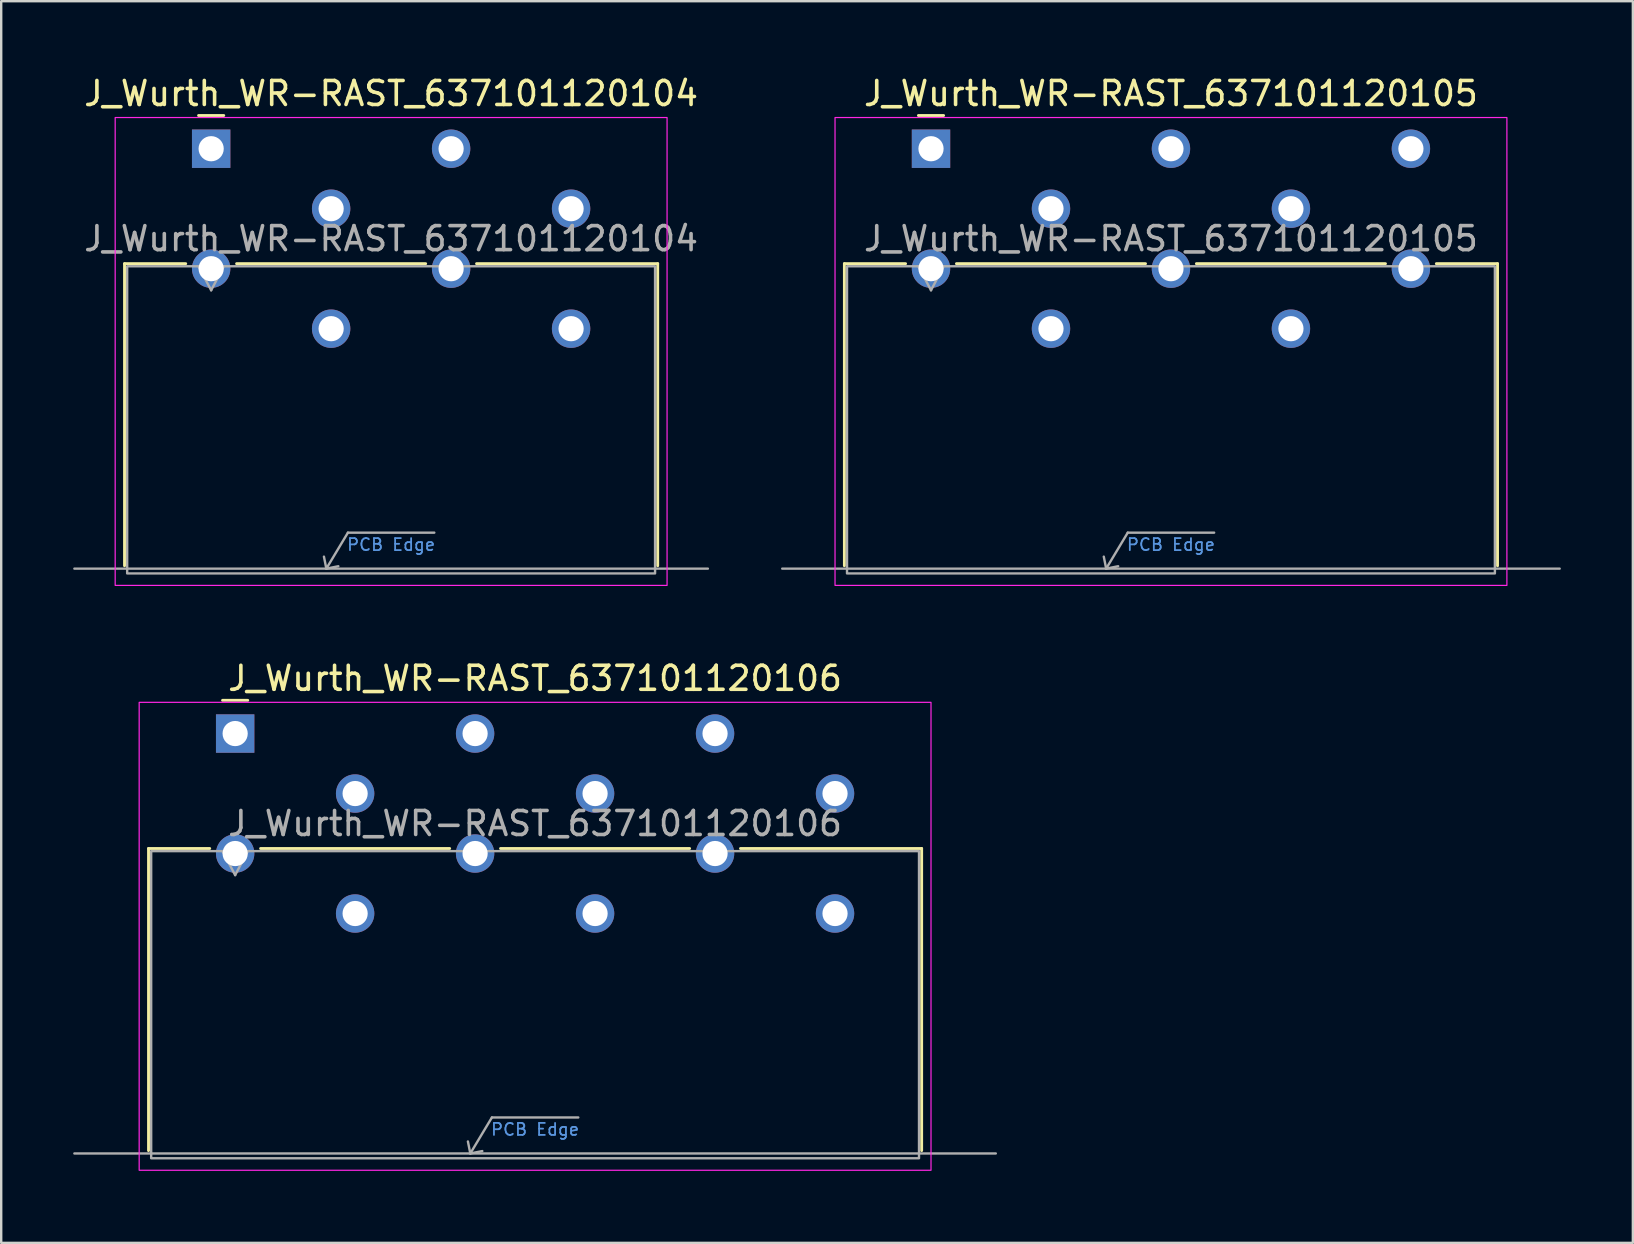
<source format=kicad_pcb>
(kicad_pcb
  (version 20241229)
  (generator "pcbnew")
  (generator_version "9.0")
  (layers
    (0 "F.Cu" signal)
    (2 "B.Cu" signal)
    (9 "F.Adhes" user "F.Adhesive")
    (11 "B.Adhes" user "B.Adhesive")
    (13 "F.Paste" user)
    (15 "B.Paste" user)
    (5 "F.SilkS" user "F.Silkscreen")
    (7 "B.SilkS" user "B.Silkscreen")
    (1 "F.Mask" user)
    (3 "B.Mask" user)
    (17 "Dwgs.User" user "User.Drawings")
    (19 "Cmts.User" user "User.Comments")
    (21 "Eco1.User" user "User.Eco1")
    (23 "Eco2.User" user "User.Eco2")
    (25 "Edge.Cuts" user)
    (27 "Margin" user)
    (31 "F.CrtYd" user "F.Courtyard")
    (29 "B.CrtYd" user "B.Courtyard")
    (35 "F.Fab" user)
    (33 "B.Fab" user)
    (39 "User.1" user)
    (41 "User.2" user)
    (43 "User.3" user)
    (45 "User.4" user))
  (footprint "J_Wurth_WR-RAST_637101120106"
    (layer "F.Cu")
    (at 6.75 27.521)
    (property "Reference" "J_Wurth_WR-RAST_637101120106" (at 12.5 -2.3 0) (unlocked yes) (layer "F.SilkS") (effects (font (size 1 1) (thickness 0.15))))
    (attr smd)
    (fp_line (start -3.61 4.79) (end -3.61 17.38) (stroke (width 0.12) (type default)) (layer "F.SilkS"))
    (fp_line (start -3.61 4.79) (end -1.06 4.79) (stroke (width 0.12) (type default)) (layer "F.SilkS"))
    (fp_line (start -0.525 -1.385) (end 0.525 -1.385) (stroke (width 0.12) (type default)) (layer "F.SilkS"))
    (fp_line (start 1.06 4.79) (end 8.94 4.79) (stroke (width 0.12) (type default)) (layer "F.SilkS"))
    (fp_line (start 11.06 4.79) (end 18.94 4.79) (stroke (width 0.12) (type default)) (layer "F.SilkS"))
    (fp_line (start 28.61 4.79) (end 21.06 4.79) (stroke (width 0.12) (type default)) (layer "F.SilkS"))
    (fp_line (start 28.61 4.79) (end 28.61 17.38) (stroke (width 0.12) (type default)) (layer "F.SilkS"))
    (fp_rect (start -4 -1.3) (end 29 18.2) (stroke (width 0.05) (type default)) (fill no) (layer "F.CrtYd"))
    (fp_line (start -6.7 17.5) (end 31.7 17.5) (stroke (width 0.1) (type default)) (layer "F.Fab"))
    (fp_line (start -0.525 4.9) (end 0 5.9) (stroke (width 0.1) (type default)) (layer "F.Fab"))
    (fp_line (start 0.525 4.9) (end 0 5.9) (stroke (width 0.1) (type default)) (layer "F.Fab"))
    (fp_line (start 9.8 17.5) (end 9.7 17) (stroke (width 0.1) (type default)) (layer "F.Fab"))
    (fp_line (start 9.8 17.5) (end 10.3 17.4) (stroke (width 0.1) (type default)) (layer "F.Fab"))
    (fp_line (start 9.8 17.5) (end 10.7 16) (stroke (width 0.1) (type default)) (layer "F.Fab"))
    (fp_line (start 10.7 16) (end 14.3 16) (stroke (width 0.1) (type default)) (layer "F.Fab"))
    (fp_rect (start -3.5 4.9) (end 28.5 17.7) (stroke (width 0.1) (type default)) (fill no) (layer "F.Fab"))
    (fp_text user "PCB Edge" (at 12.5 16.5 0) (unlocked yes) (layer "Cmts.User") (effects (font (size 0.5 0.5) (thickness 0.075))))
    (fp_text user "${REFERENCE}" (at 12.5 3.75 0) (unlocked yes) (layer "F.Fab") (effects (font (size 1 1) (thickness 0.15))))
    (pad "1" thru_hole rect (at 0 0) (size 1.6 1.6) (drill 1.05) (layers "*.Cu" "*.Mask"))
    (pad "2" thru_hole circle (at 5 2.5) (size 1.6 1.6) (drill 1.05) (layers "*.Cu" "*.Mask"))
    (pad "3" thru_hole circle (at 10 0) (size 1.6 1.6) (drill 1.05) (layers "*.Cu" "*.Mask"))
    (pad "4" thru_hole circle (at 15 2.5) (size 1.6 1.6) (drill 1.05) (layers "*.Cu" "*.Mask"))
    (pad "5" thru_hole circle (at 20 0) (size 1.6 1.6) (drill 1.05) (layers "*.Cu" "*.Mask"))
    (pad "6" thru_hole circle (at 25 2.5) (size 1.6 1.6) (drill 1.05) (layers "*.Cu" "*.Mask"))
    (pad "A1" thru_hole circle (at 0 5) (size 1.6 1.6) (drill 1.05) (layers "*.Cu" "*.Mask"))
    (pad "A2" thru_hole circle (at 5 7.5) (size 1.6 1.6) (drill 1.05) (layers "*.Cu" "*.Mask"))
    (pad "A3" thru_hole circle (at 10 5) (size 1.6 1.6) (drill 1.05) (layers "*.Cu" "*.Mask"))
    (pad "A4" thru_hole circle (at 15 7.5) (size 1.6 1.6) (drill 1.05) (layers "*.Cu" "*.Mask"))
    (pad "A5" thru_hole circle (at 20 5) (size 1.6 1.6) (drill 1.05) (layers "*.Cu" "*.Mask"))
    (pad "A6" thru_hole circle (at 25 7.5) (size 1.6 1.6) (drill 1.05) (layers "*.Cu" "*.Mask")))
  (footprint "J_Wurth_WR-RAST_637101120105"
    (layer "F.Cu")
    (at 35.75 3.148)
    (property "Reference" "J_Wurth_WR-RAST_637101120105" (at 10 -2.3 0) (unlocked yes) (layer "F.SilkS") (effects (font (size 1 1) (thickness 0.15))))
    (attr smd)
    (fp_line (start -3.61 4.79) (end -3.61 17.38) (stroke (width 0.12) (type default)) (layer "F.SilkS"))
    (fp_line (start -3.61 4.79) (end -1.06 4.79) (stroke (width 0.12) (type default)) (layer "F.SilkS"))
    (fp_line (start -0.525 -1.385) (end 0.525 -1.385) (stroke (width 0.12) (type default)) (layer "F.SilkS"))
    (fp_line (start 1.06 4.79) (end 8.94 4.79) (stroke (width 0.12) (type default)) (layer "F.SilkS"))
    (fp_line (start 11.06 4.79) (end 18.94 4.79) (stroke (width 0.12) (type default)) (layer "F.SilkS"))
    (fp_line (start 23.61 4.79) (end 21.06 4.79) (stroke (width 0.12) (type default)) (layer "F.SilkS"))
    (fp_line (start 23.61 4.79) (end 23.61 17.38) (stroke (width 0.12) (type default)) (layer "F.SilkS"))
    (fp_rect (start -4 -1.3) (end 24 18.2) (stroke (width 0.05) (type default)) (fill no) (layer "F.CrtYd"))
    (fp_line (start -6.2 17.5) (end 26.2 17.5) (stroke (width 0.1) (type default)) (layer "F.Fab"))
    (fp_line (start -0.525 4.9) (end 0 5.9) (stroke (width 0.1) (type default)) (layer "F.Fab"))
    (fp_line (start 0.525 4.9) (end 0 5.9) (stroke (width 0.1) (type default)) (layer "F.Fab"))
    (fp_line (start 7.3 17.5) (end 7.2 17) (stroke (width 0.1) (type default)) (layer "F.Fab"))
    (fp_line (start 7.3 17.5) (end 7.8 17.4) (stroke (width 0.1) (type default)) (layer "F.Fab"))
    (fp_line (start 7.3 17.5) (end 8.2 16) (stroke (width 0.1) (type default)) (layer "F.Fab"))
    (fp_line (start 8.2 16) (end 11.8 16) (stroke (width 0.1) (type default)) (layer "F.Fab"))
    (fp_rect (start -3.5 4.9) (end 23.5 17.7) (stroke (width 0.1) (type default)) (fill no) (layer "F.Fab"))
    (fp_text user "PCB Edge" (at 10 16.5 0) (unlocked yes) (layer "Cmts.User") (effects (font (size 0.5 0.5) (thickness 0.075))))
    (fp_text user "${REFERENCE}" (at 10 3.75 0) (unlocked yes) (layer "F.Fab") (effects (font (size 1 1) (thickness 0.15))))
    (pad "1" thru_hole rect (at 0 0) (size 1.6 1.6) (drill 1.05) (layers "*.Cu" "*.Mask"))
    (pad "2" thru_hole circle (at 5 2.5) (size 1.6 1.6) (drill 1.05) (layers "*.Cu" "*.Mask"))
    (pad "3" thru_hole circle (at 10 0) (size 1.6 1.6) (drill 1.05) (layers "*.Cu" "*.Mask"))
    (pad "4" thru_hole circle (at 15 2.5) (size 1.6 1.6) (drill 1.05) (layers "*.Cu" "*.Mask"))
    (pad "5" thru_hole circle (at 20 0) (size 1.6 1.6) (drill 1.05) (layers "*.Cu" "*.Mask"))
    (pad "A1" thru_hole circle (at 0 5) (size 1.6 1.6) (drill 1.05) (layers "*.Cu" "*.Mask"))
    (pad "A2" thru_hole circle (at 5 7.5) (size 1.6 1.6) (drill 1.05) (layers "*.Cu" "*.Mask"))
    (pad "A3" thru_hole circle (at 10 5) (size 1.6 1.6) (drill 1.05) (layers "*.Cu" "*.Mask"))
    (pad "A4" thru_hole circle (at 15 7.5) (size 1.6 1.6) (drill 1.05) (layers "*.Cu" "*.Mask"))
    (pad "A5" thru_hole circle (at 20 5) (size 1.6 1.6) (drill 1.05) (layers "*.Cu" "*.Mask")))
  (footprint "J_Wurth_WR-RAST_637101120104"
    (layer "F.Cu")
    (at 5.75 3.148)
    (property "Reference" "J_Wurth_WR-RAST_637101120104" (at 7.5 -2.3 0) (unlocked yes) (layer "F.SilkS") (effects (font (size 1 1) (thickness 0.15))))
    (attr smd)
    (fp_line (start -3.61 4.79) (end -3.61 17.38) (stroke (width 0.12) (type default)) (layer "F.SilkS"))
    (fp_line (start -3.61 4.79) (end -1.06 4.79) (stroke (width 0.12) (type default)) (layer "F.SilkS"))
    (fp_line (start -0.525 -1.385) (end 0.525 -1.385) (stroke (width 0.12) (type default)) (layer "F.SilkS"))
    (fp_line (start 1.06 4.79) (end 8.94 4.79) (stroke (width 0.12) (type default)) (layer "F.SilkS"))
    (fp_line (start 18.61 4.79) (end 11.06 4.79) (stroke (width 0.12) (type default)) (layer "F.SilkS"))
    (fp_line (start 18.61 4.79) (end 18.61 17.38) (stroke (width 0.12) (type default)) (layer "F.SilkS"))
    (fp_rect (start -4 -1.3) (end 19 18.2) (stroke (width 0.05) (type default)) (fill no) (layer "F.CrtYd"))
    (fp_line (start -5.7 17.5) (end 20.7 17.5) (stroke (width 0.1) (type default)) (layer "F.Fab"))
    (fp_line (start -0.525 4.9) (end 0 5.9) (stroke (width 0.1) (type default)) (layer "F.Fab"))
    (fp_line (start 0.525 4.9) (end 0 5.9) (stroke (width 0.1) (type default)) (layer "F.Fab"))
    (fp_line (start 4.8 17.5) (end 4.7 17) (stroke (width 0.1) (type default)) (layer "F.Fab"))
    (fp_line (start 4.8 17.5) (end 5.3 17.4) (stroke (width 0.1) (type default)) (layer "F.Fab"))
    (fp_line (start 4.8 17.5) (end 5.7 16) (stroke (width 0.1) (type default)) (layer "F.Fab"))
    (fp_line (start 5.7 16) (end 9.3 16) (stroke (width 0.1) (type default)) (layer "F.Fab"))
    (fp_rect (start -3.5 4.9) (end 18.5 17.7) (stroke (width 0.1) (type default)) (fill no) (layer "F.Fab"))
    (fp_text user "PCB Edge" (at 7.5 16.5 0) (unlocked yes) (layer "Cmts.User") (effects (font (size 0.5 0.5) (thickness 0.075))))
    (fp_text user "${REFERENCE}" (at 7.5 3.75 0) (unlocked yes) (layer "F.Fab") (effects (font (size 1 1) (thickness 0.15))))
    (pad "1" thru_hole rect (at 0 0) (size 1.6 1.6) (drill 1.05) (layers "*.Cu" "*.Mask"))
    (pad "2" thru_hole circle (at 5 2.5) (size 1.6 1.6) (drill 1.05) (layers "*.Cu" "*.Mask"))
    (pad "3" thru_hole circle (at 10 0) (size 1.6 1.6) (drill 1.05) (layers "*.Cu" "*.Mask"))
    (pad "4" thru_hole circle (at 15 2.5) (size 1.6 1.6) (drill 1.05) (layers "*.Cu" "*.Mask"))
    (pad "A1" thru_hole circle (at 0 5) (size 1.6 1.6) (drill 1.05) (layers "*.Cu" "*.Mask"))
    (pad "A2" thru_hole circle (at 5 7.5) (size 1.6 1.6) (drill 1.05) (layers "*.Cu" "*.Mask"))
    (pad "A3" thru_hole circle (at 10 5) (size 1.6 1.6) (drill 1.05) (layers "*.Cu" "*.Mask"))
    (pad "A4" thru_hole circle (at 15 7.5) (size 1.6 1.6) (drill 1.05) (layers "*.Cu" "*.Mask")))
  (gr_rect
    (start -3 -3)
    (end 65 48.746)
    (stroke (width 0.1) (type default))
    (fill no)
    (layer "Edge.Cuts")))
</source>
